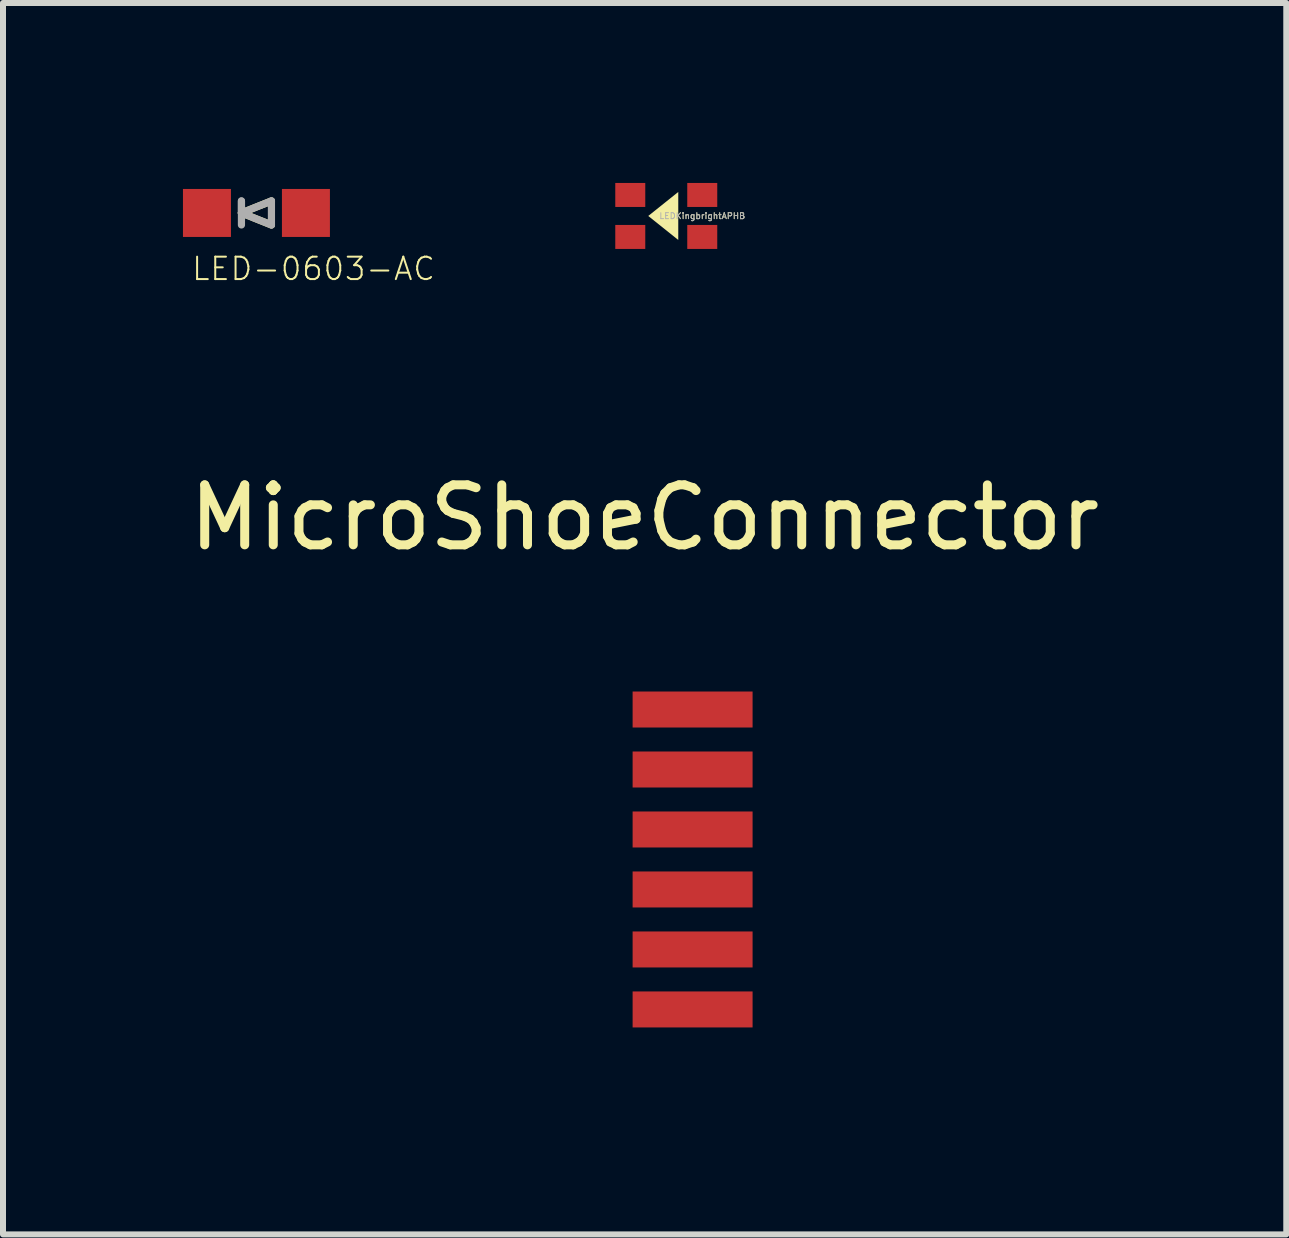
<source format=kicad_pcb>
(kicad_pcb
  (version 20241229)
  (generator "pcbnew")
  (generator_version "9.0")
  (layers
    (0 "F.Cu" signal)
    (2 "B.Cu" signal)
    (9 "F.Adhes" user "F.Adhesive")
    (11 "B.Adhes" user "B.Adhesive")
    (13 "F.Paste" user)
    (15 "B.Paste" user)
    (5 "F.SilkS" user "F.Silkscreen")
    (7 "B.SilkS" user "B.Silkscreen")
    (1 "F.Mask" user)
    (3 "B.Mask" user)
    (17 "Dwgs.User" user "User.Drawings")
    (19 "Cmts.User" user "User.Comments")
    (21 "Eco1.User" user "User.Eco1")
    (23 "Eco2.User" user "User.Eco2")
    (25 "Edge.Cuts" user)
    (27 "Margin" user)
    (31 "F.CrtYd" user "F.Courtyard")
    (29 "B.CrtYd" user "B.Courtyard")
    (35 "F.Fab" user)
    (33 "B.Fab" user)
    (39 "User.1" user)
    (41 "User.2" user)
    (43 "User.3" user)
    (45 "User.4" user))
  (footprint "LEDKingbrightAPHB"
    (layer "F.Cu")
    (at 8.057 0.55)
    (property "Reference" "LEDKingbrightAPHB" (at 0.6 0 0) (unlocked yes) (layer "F.SilkS") (effects (font (size 0.1 0.1) (thickness 0.015))))
    (attr smd)
    (fp_poly (pts (xy 0.2 0.4) (xy -0.3 0) (xy 0.2 -0.4)) (stroke (width 0) (type solid)) (fill yes) (layer "F.SilkS"))
    (fp_text user "${REFERENCE}" (at 0.6 0 0) (unlocked yes) (layer "F.Fab") (effects (font (size 0.1 0.1) (thickness 0.015))))
    (pad "1" smd rect (at 0.6 0.35) (size 0.5 0.4) (layers "F.Cu" "F.Mask" "F.Paste"))
    (pad "2" smd rect (at -0.6 0.35) (size 0.5 0.4) (layers "F.Cu" "F.Mask" "F.Paste"))
    (pad "3" smd rect (at 0.6 -0.35) (size 0.5 0.4) (layers "F.Cu" "F.Mask" "F.Paste"))
    (pad "4" smd rect (at -0.6 -0.35) (size 0.5 0.4) (layers "F.Cu" "F.Mask" "F.Paste")))
  (footprint "MicroShoeConnector"
    (layer "F.Cu")
    (at 8.496 14.278)
    (property "Reference" "MicroShoeConnector" (at -0.8 -8.7 0) (layer "F.SilkS") (effects (font (size 1 1) (thickness 0.15))))
    (attr through_hole)
    (pad "1" smd rect (at 0 -0.5) (size 2 0.6) (layers "F.Cu" "F.Mask" "F.Paste"))
    (pad "2" smd rect (at 0 -1.5) (size 2 0.6) (layers "F.Cu" "F.Mask" "F.Paste"))
    (pad "3" smd rect (at 0 -2.5) (size 2 0.6) (layers "F.Cu" "F.Mask" "F.Paste"))
    (pad "4" smd rect (at 0 -3.5) (size 2 0.6) (layers "F.Cu" "F.Mask" "F.Paste"))
    (pad "5" smd rect (at 0 -4.5) (size 2 0.6) (layers "F.Cu" "F.Mask" "F.Paste"))
    (pad "6" smd rect (at 0 -5.5) (size 2 0.6) (layers "F.Cu" "F.Mask" "F.Paste")))
  (footprint "LED-0603-AC"
    (layer "F.Cu")
    (at 1.225 0.5)
    (property "Reference" "LED-0603-AC" (at -1.1 1.15 180) (layer "F.SilkS") (effects (font (size 0.374 0.374) (thickness 0.033)) (justify left bottom)))
    (fp_line (start -0.25 0) (end 0.25 -0.2) (stroke (width 0.12) (type solid)) (layer "F.SilkS"))
    (fp_line (start -0.25 0) (end 0.25 0.2) (stroke (width 0.12) (type solid)) (layer "F.SilkS"))
    (fp_line (start -0.25 -0.2) (end -0.25 0.2) (stroke (width 0.12) (type solid)) (layer "F.Fab"))
    (fp_line (start -0.25 0) (end -0.25 -0.2) (stroke (width 0.12) (type solid)) (layer "F.Fab"))
    (fp_line (start -0.25 0) (end 0.25 -0.2) (stroke (width 0.12) (type solid)) (layer "F.Fab"))
    (fp_line (start 0.25 -0.2) (end 0.25 0.2) (stroke (width 0.12) (type solid)) (layer "F.Fab"))
    (fp_line (start 0.25 0.2) (end -0.25 0) (stroke (width 0.12) (type solid)) (layer "F.Fab"))
    (fp_rect (start -0.8 -0.4) (end 0.8 0.4) (stroke (width 0.2) (type default)) (fill no) (layer "User.1"))
    (pad "A" smd rect (at 0.825 0 90) (size 0.8 0.8) (layers "F.Cu" "F.Mask" "F.Paste"))
    (pad "C" smd rect (at -0.825 0 90) (size 0.8 0.8) (layers "F.Cu" "F.Mask" "F.Paste")))
  (gr_rect
    (start -3 -3)
    (end 18.393 17.528)
    (stroke (width 0.1) (type default))
    (fill no)
    (layer "Edge.Cuts")))
</source>
